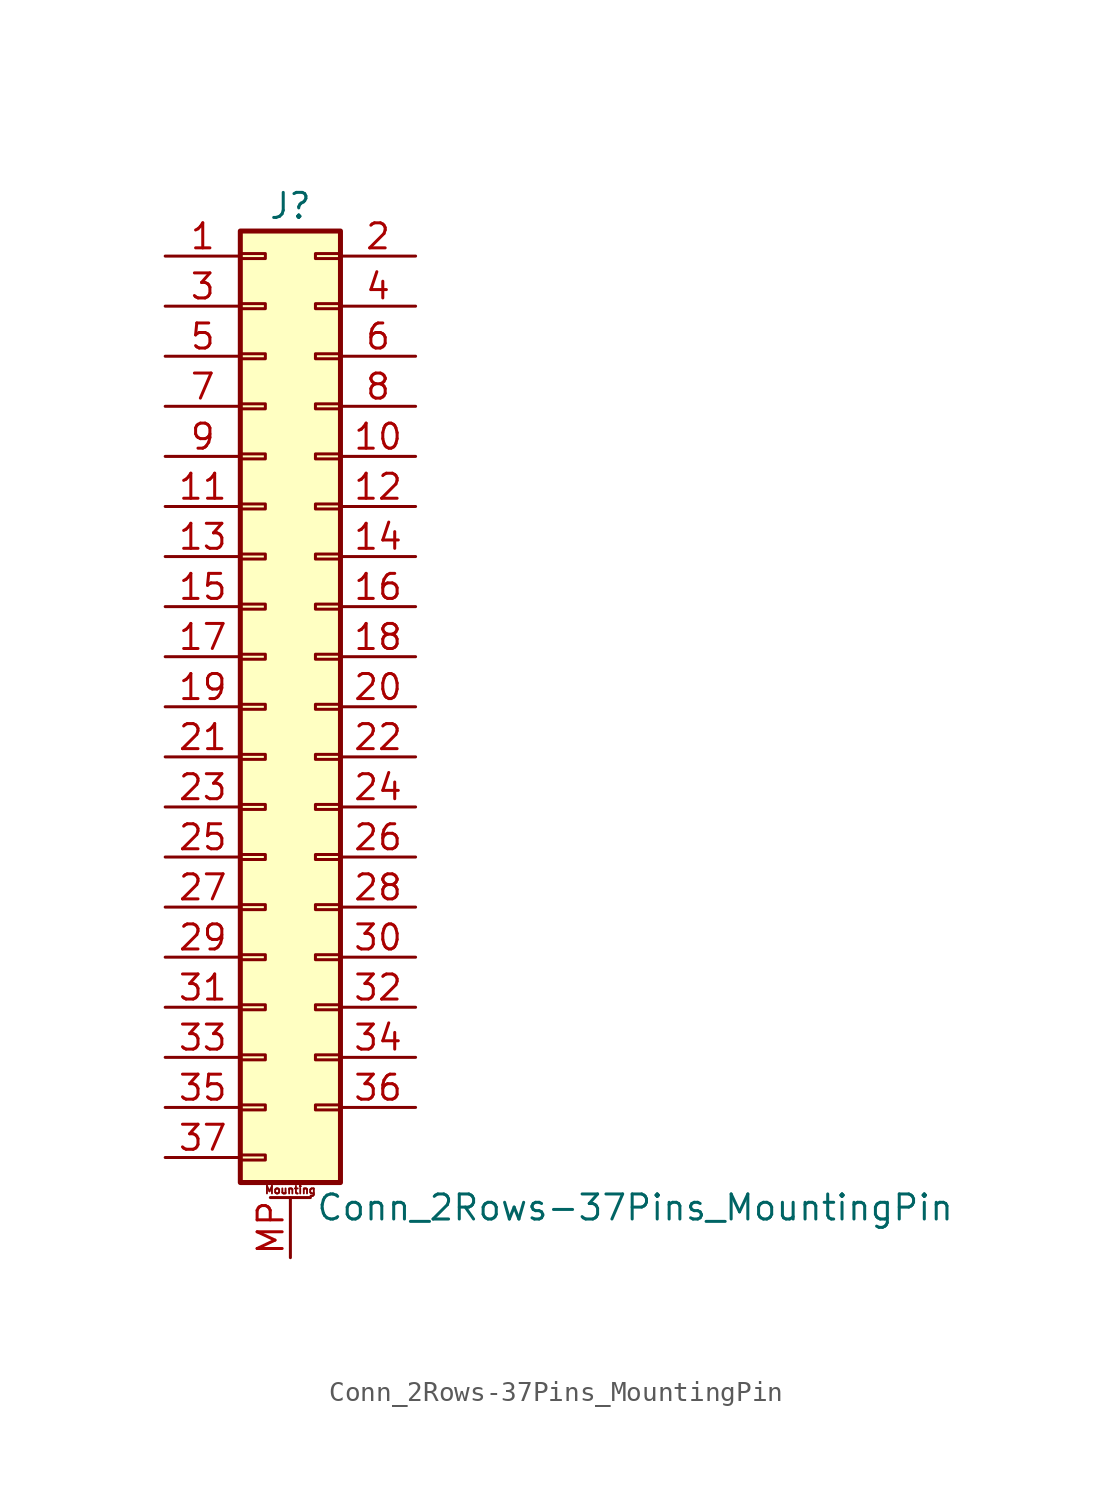
<source format=kicad_sym>
(kicad_symbol_lib
  (version 20220914)
  (generator kicad_symbol_editor)
  (symbol "Conn_2Rows-37Pins_MountingPin"
    (pin_names
      (offset 1.016) hide)
    (property "Reference" "J"
      (at 1.27 25.4 0)
      (effects (font (size 1.27 1.27))))
    (property "Value" "Conn_2Rows-37Pins_MountingPin"
      (at 2.54 -25.4 0)
      (effects (font (size 1.27 1.27)) (justify left)))
    (symbol "Conn_2Rows-37Pins_MountingPin_1_1"
      (rectangle (start -1.27 -22.733) (end 0 -22.987) (stroke (width 0.152) (type default)) (fill (type none)))
      (rectangle (start -1.27 -20.193) (end 0 -20.447) (stroke (width 0.152) (type default)) (fill (type none)))
      (rectangle (start -1.27 -17.653) (end 0 -17.907) (stroke (width 0.152) (type default)) (fill (type none)))
      (rectangle (start -1.27 -15.113) (end 0 -15.367) (stroke (width 0.152) (type default)) (fill (type none)))
      (rectangle (start -1.27 -12.573) (end 0 -12.827) (stroke (width 0.152) (type default)) (fill (type none)))
      (rectangle (start -1.27 -10.033) (end 0 -10.287) (stroke (width 0.152) (type default)) (fill (type none)))
      (rectangle (start -1.27 -7.493) (end 0 -7.747) (stroke (width 0.152) (type default)) (fill (type none)))
      (rectangle (start -1.27 -4.953) (end 0 -5.207) (stroke (width 0.152) (type default)) (fill (type none)))
      (rectangle (start -1.27 -2.413) (end 0 -2.667) (stroke (width 0.152) (type default)) (fill (type none)))
      (rectangle (start -1.27 0.127) (end 0 -0.127) (stroke (width 0.152) (type default)) (fill (type none)))
      (rectangle (start -1.27 2.667) (end 0 2.413) (stroke (width 0.152) (type default)) (fill (type none)))
      (rectangle (start -1.27 5.207) (end 0 4.953) (stroke (width 0.152) (type default)) (fill (type none)))
      (rectangle (start -1.27 7.747) (end 0 7.493) (stroke (width 0.152) (type default)) (fill (type none)))
      (rectangle (start -1.27 10.287) (end 0 10.033) (stroke (width 0.152) (type default)) (fill (type none)))
      (rectangle (start -1.27 12.827) (end 0 12.573) (stroke (width 0.152) (type default)) (fill (type none)))
      (rectangle (start -1.27 15.367) (end 0 15.113) (stroke (width 0.152) (type default)) (fill (type none)))
      (rectangle (start -1.27 17.907) (end 0 17.653) (stroke (width 0.152) (type default)) (fill (type none)))
      (rectangle (start -1.27 20.447) (end 0 20.193) (stroke (width 0.152) (type default)) (fill (type none)))
      (rectangle (start -1.27 22.987) (end 0 22.733) (stroke (width 0.152) (type default)) (fill (type none)))
      (rectangle (start -1.27 24.13) (end 3.81 -24.13) (stroke (width 0.254) (type default)) (fill (type background)))
      (polyline (pts (xy 0.254 -24.892) (xy 2.286 -24.892)) (stroke (width 0.152) (type default)) (fill (type none)))
      (rectangle (start 3.81 -20.193) (end 2.54 -20.447) (stroke (width 0.152) (type default)) (fill (type none)))
      (rectangle (start 3.81 -17.653) (end 2.54 -17.907) (stroke (width 0.152) (type default)) (fill (type none)))
      (rectangle (start 3.81 -15.113) (end 2.54 -15.367) (stroke (width 0.152) (type default)) (fill (type none)))
      (rectangle (start 3.81 -12.573) (end 2.54 -12.827) (stroke (width 0.152) (type default)) (fill (type none)))
      (rectangle (start 3.81 -10.033) (end 2.54 -10.287) (stroke (width 0.152) (type default)) (fill (type none)))
      (rectangle (start 3.81 -7.493) (end 2.54 -7.747) (stroke (width 0.152) (type default)) (fill (type none)))
      (rectangle (start 3.81 -4.953) (end 2.54 -5.207) (stroke (width 0.152) (type default)) (fill (type none)))
      (rectangle (start 3.81 -2.413) (end 2.54 -2.667) (stroke (width 0.152) (type default)) (fill (type none)))
      (rectangle (start 3.81 0.127) (end 2.54 -0.127) (stroke (width 0.152) (type default)) (fill (type none)))
      (rectangle (start 3.81 2.667) (end 2.54 2.413) (stroke (width 0.152) (type default)) (fill (type none)))
      (rectangle (start 3.81 5.207) (end 2.54 4.953) (stroke (width 0.152) (type default)) (fill (type none)))
      (rectangle (start 3.81 7.747) (end 2.54 7.493) (stroke (width 0.152) (type default)) (fill (type none)))
      (rectangle (start 3.81 10.287) (end 2.54 10.033) (stroke (width 0.152) (type default)) (fill (type none)))
      (rectangle (start 3.81 12.827) (end 2.54 12.573) (stroke (width 0.152) (type default)) (fill (type none)))
      (rectangle (start 3.81 15.367) (end 2.54 15.113) (stroke (width 0.152) (type default)) (fill (type none)))
      (rectangle (start 3.81 17.907) (end 2.54 17.653) (stroke (width 0.152) (type default)) (fill (type none)))
      (rectangle (start 3.81 20.447) (end 2.54 20.193) (stroke (width 0.152) (type default)) (fill (type none)))
      (rectangle (start 3.81 22.987) (end 2.54 22.733) (stroke (width 0.152) (type default)) (fill (type none)))
      (text "Mounting" (at 1.27 -24.511 0) (effects (font (size 0.381 0.381))))
      (pin passive line (at -5.08 22.86 0) (length 3.81) (name "Pin_1" (effects (font (size 1.27 1.27)))) (number "1" (effects (font (size 1.27 1.27)))))
      (pin passive line (at 7.62 12.7 180) (length 3.81) (name "Pin_10" (effects (font (size 1.27 1.27)))) (number "10" (effects (font (size 1.27 1.27)))))
      (pin passive line (at -5.08 10.16 0) (length 3.81) (name "Pin_11" (effects (font (size 1.27 1.27)))) (number "11" (effects (font (size 1.27 1.27)))))
      (pin passive line (at 7.62 10.16 180) (length 3.81) (name "Pin_12" (effects (font (size 1.27 1.27)))) (number "12" (effects (font (size 1.27 1.27)))))
      (pin passive line (at -5.08 7.62 0) (length 3.81) (name "Pin_13" (effects (font (size 1.27 1.27)))) (number "13" (effects (font (size 1.27 1.27)))))
      (pin passive line (at 7.62 7.62 180) (length 3.81) (name "Pin_14" (effects (font (size 1.27 1.27)))) (number "14" (effects (font (size 1.27 1.27)))))
      (pin passive line (at -5.08 5.08 0) (length 3.81) (name "Pin_15" (effects (font (size 1.27 1.27)))) (number "15" (effects (font (size 1.27 1.27)))))
      (pin passive line (at 7.62 5.08 180) (length 3.81) (name "Pin_16" (effects (font (size 1.27 1.27)))) (number "16" (effects (font (size 1.27 1.27)))))
      (pin passive line (at -5.08 2.54 0) (length 3.81) (name "Pin_17" (effects (font (size 1.27 1.27)))) (number "17" (effects (font (size 1.27 1.27)))))
      (pin passive line (at 7.62 2.54 180) (length 3.81) (name "Pin_18" (effects (font (size 1.27 1.27)))) (number "18" (effects (font (size 1.27 1.27)))))
      (pin passive line (at -5.08 0 0) (length 3.81) (name "Pin_19" (effects (font (size 1.27 1.27)))) (number "19" (effects (font (size 1.27 1.27)))))
      (pin passive line (at 7.62 22.86 180) (length 3.81) (name "Pin_2" (effects (font (size 1.27 1.27)))) (number "2" (effects (font (size 1.27 1.27)))))
      (pin passive line (at 7.62 0 180) (length 3.81) (name "Pin_20" (effects (font (size 1.27 1.27)))) (number "20" (effects (font (size 1.27 1.27)))))
      (pin passive line (at -5.08 -2.54 0) (length 3.81) (name "Pin_21" (effects (font (size 1.27 1.27)))) (number "21" (effects (font (size 1.27 1.27)))))
      (pin passive line (at 7.62 -2.54 180) (length 3.81) (name "Pin_22" (effects (font (size 1.27 1.27)))) (number "22" (effects (font (size 1.27 1.27)))))
      (pin passive line (at -5.08 -5.08 0) (length 3.81) (name "Pin_23" (effects (font (size 1.27 1.27)))) (number "23" (effects (font (size 1.27 1.27)))))
      (pin passive line (at 7.62 -5.08 180) (length 3.81) (name "Pin_24" (effects (font (size 1.27 1.27)))) (number "24" (effects (font (size 1.27 1.27)))))
      (pin passive line (at -5.08 -7.62 0) (length 3.81) (name "Pin_25" (effects (font (size 1.27 1.27)))) (number "25" (effects (font (size 1.27 1.27)))))
      (pin passive line (at 7.62 -7.62 180) (length 3.81) (name "Pin_26" (effects (font (size 1.27 1.27)))) (number "26" (effects (font (size 1.27 1.27)))))
      (pin passive line (at -5.08 -10.16 0) (length 3.81) (name "Pin_27" (effects (font (size 1.27 1.27)))) (number "27" (effects (font (size 1.27 1.27)))))
      (pin passive line (at 7.62 -10.16 180) (length 3.81) (name "Pin_28" (effects (font (size 1.27 1.27)))) (number "28" (effects (font (size 1.27 1.27)))))
      (pin passive line (at -5.08 -12.7 0) (length 3.81) (name "Pin_29" (effects (font (size 1.27 1.27)))) (number "29" (effects (font (size 1.27 1.27)))))
      (pin passive line (at -5.08 20.32 0) (length 3.81) (name "Pin_3" (effects (font (size 1.27 1.27)))) (number "3" (effects (font (size 1.27 1.27)))))
      (pin passive line (at 7.62 -12.7 180) (length 3.81) (name "Pin_30" (effects (font (size 1.27 1.27)))) (number "30" (effects (font (size 1.27 1.27)))))
      (pin passive line (at -5.08 -15.24 0) (length 3.81) (name "Pin_31" (effects (font (size 1.27 1.27)))) (number "31" (effects (font (size 1.27 1.27)))))
      (pin passive line (at 7.62 -15.24 180) (length 3.81) (name "Pin_32" (effects (font (size 1.27 1.27)))) (number "32" (effects (font (size 1.27 1.27)))))
      (pin passive line (at -5.08 -17.78 0) (length 3.81) (name "Pin_33" (effects (font (size 1.27 1.27)))) (number "33" (effects (font (size 1.27 1.27)))))
      (pin passive line (at 7.62 -17.78 180) (length 3.81) (name "Pin_34" (effects (font (size 1.27 1.27)))) (number "34" (effects (font (size 1.27 1.27)))))
      (pin passive line (at -5.08 -20.32 0) (length 3.81) (name "Pin_35" (effects (font (size 1.27 1.27)))) (number "35" (effects (font (size 1.27 1.27)))))
      (pin passive line (at 7.62 -20.32 180) (length 3.81) (name "Pin_36" (effects (font (size 1.27 1.27)))) (number "36" (effects (font (size 1.27 1.27)))))
      (pin passive line (at -5.08 -22.86 0) (length 3.81) (name "Pin_37" (effects (font (size 1.27 1.27)))) (number "37" (effects (font (size 1.27 1.27)))))
      (pin passive line (at 7.62 20.32 180) (length 3.81) (name "Pin_4" (effects (font (size 1.27 1.27)))) (number "4" (effects (font (size 1.27 1.27)))))
      (pin passive line (at -5.08 17.78 0) (length 3.81) (name "Pin_5" (effects (font (size 1.27 1.27)))) (number "5" (effects (font (size 1.27 1.27)))))
      (pin passive line (at 7.62 17.78 180) (length 3.81) (name "Pin_6" (effects (font (size 1.27 1.27)))) (number "6" (effects (font (size 1.27 1.27)))))
      (pin passive line (at -5.08 15.24 0) (length 3.81) (name "Pin_7" (effects (font (size 1.27 1.27)))) (number "7" (effects (font (size 1.27 1.27)))))
      (pin passive line (at 7.62 15.24 180) (length 3.81) (name "Pin_8" (effects (font (size 1.27 1.27)))) (number "8" (effects (font (size 1.27 1.27)))))
      (pin passive line (at -5.08 12.7 0) (length 3.81) (name "Pin_9" (effects (font (size 1.27 1.27)))) (number "9" (effects (font (size 1.27 1.27)))))
      (pin passive line (at 1.27 -27.94 90) (length 3.048) (name "MountPin" (effects (font (size 1.27 1.27)))) (number "MP" (effects (font (size 1.27 1.27))))))))
</source>
